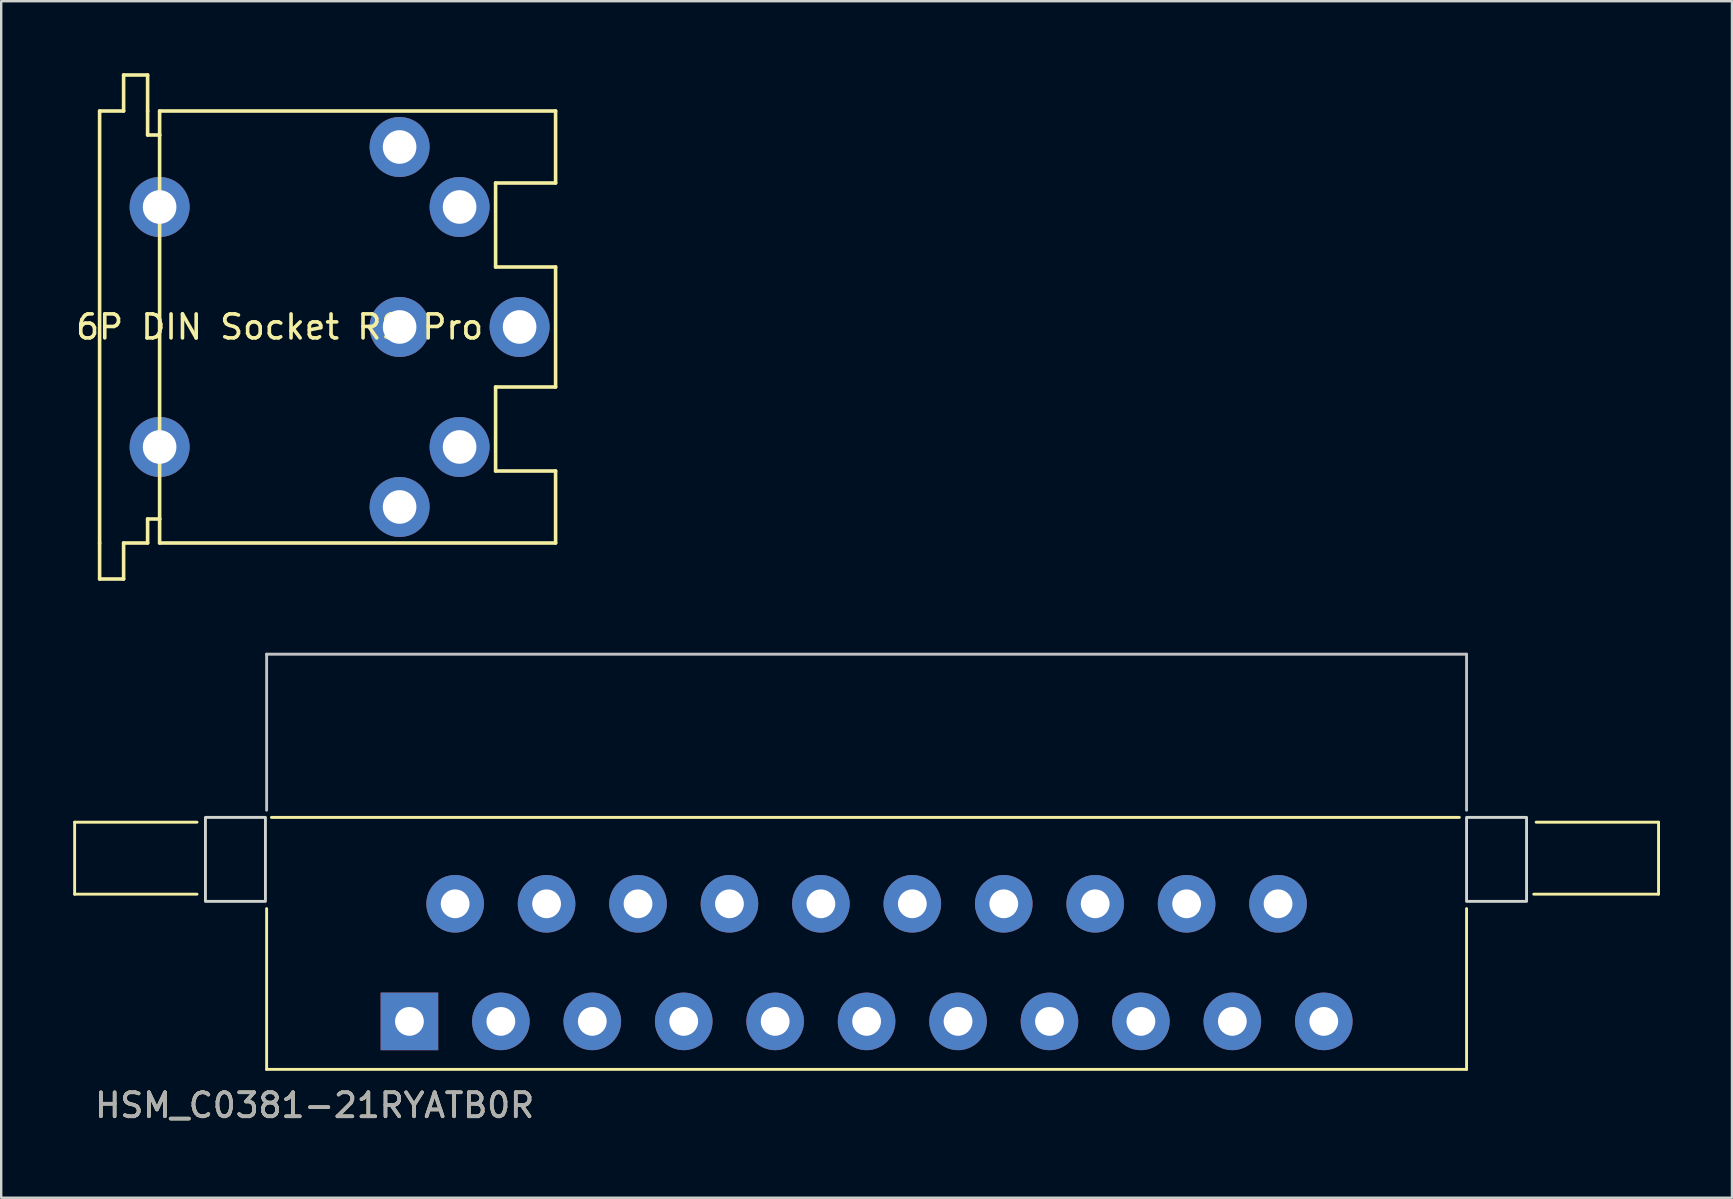
<source format=kicad_pcb>
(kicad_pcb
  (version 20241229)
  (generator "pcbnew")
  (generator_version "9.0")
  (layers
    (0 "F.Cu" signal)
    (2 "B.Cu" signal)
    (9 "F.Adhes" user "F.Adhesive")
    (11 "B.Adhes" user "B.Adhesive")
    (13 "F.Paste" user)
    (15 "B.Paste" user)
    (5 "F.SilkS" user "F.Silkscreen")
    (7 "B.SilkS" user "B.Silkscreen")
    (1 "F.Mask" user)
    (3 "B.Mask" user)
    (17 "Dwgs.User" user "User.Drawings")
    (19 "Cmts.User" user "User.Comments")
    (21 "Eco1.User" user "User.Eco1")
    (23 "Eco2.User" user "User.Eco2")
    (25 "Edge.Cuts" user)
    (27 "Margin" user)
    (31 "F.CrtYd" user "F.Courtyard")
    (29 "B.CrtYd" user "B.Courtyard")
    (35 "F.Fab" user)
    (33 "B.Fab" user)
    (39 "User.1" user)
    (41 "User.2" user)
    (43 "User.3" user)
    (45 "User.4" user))
  (footprint "6P DIN Socket RS Pro"
    (layer "F.Cu")
    (at 11.101 10.575)
    (property "Reference" "6P DIN Socket RS Pro" (at -2.5 0 0) (layer "F.SilkS") (effects (font (size 1 1) (thickness 0.15))))
    (attr through_hole)
    (fp_line (start -10 -9) (end -9 -9) (stroke (width 0.15) (type solid)) (layer "F.SilkS"))
    (fp_line (start -10 9) (end -10 -9) (stroke (width 0.15) (type solid)) (layer "F.SilkS"))
    (fp_line (start -10 9) (end -10 10.5) (stroke (width 0.15) (type solid)) (layer "F.SilkS"))
    (fp_line (start -10 10.5) (end -9 10.5) (stroke (width 0.15) (type solid)) (layer "F.SilkS"))
    (fp_line (start -9 -10.5) (end -8 -10.5) (stroke (width 0.15) (type solid)) (layer "F.SilkS"))
    (fp_line (start -9 -9) (end -9 -10.5) (stroke (width 0.15) (type solid)) (layer "F.SilkS"))
    (fp_line (start -9 9) (end -8 9) (stroke (width 0.15) (type solid)) (layer "F.SilkS"))
    (fp_line (start -9 10.5) (end -9 9) (stroke (width 0.15) (type solid)) (layer "F.SilkS"))
    (fp_line (start -8 -10.5) (end -8 -9) (stroke (width 0.15) (type solid)) (layer "F.SilkS"))
    (fp_line (start -8 -9) (end -8 -8) (stroke (width 0.15) (type solid)) (layer "F.SilkS"))
    (fp_line (start -8 -8) (end -7.5 -8) (stroke (width 0.15) (type solid)) (layer "F.SilkS"))
    (fp_line (start -8 8) (end -7.5 8) (stroke (width 0.15) (type solid)) (layer "F.SilkS"))
    (fp_line (start -8 9) (end -8 8) (stroke (width 0.15) (type solid)) (layer "F.SilkS"))
    (fp_line (start -7.5 -8) (end -7.5 -9) (stroke (width 0.15) (type solid)) (layer "F.SilkS"))
    (fp_line (start -7.5 8) (end -7.5 -8) (stroke (width 0.15) (type solid)) (layer "F.SilkS"))
    (fp_line (start -7.5 9) (end -7.5 8) (stroke (width 0.15) (type solid)) (layer "F.SilkS"))
    (fp_line (start 6.5 -6) (end 6.5 -2.5) (stroke (width 0.15) (type solid)) (layer "F.SilkS"))
    (fp_line (start 6.5 -2.5) (end 9 -2.5) (stroke (width 0.15) (type solid)) (layer "F.SilkS"))
    (fp_line (start 6.5 2.5) (end 6.5 6) (stroke (width 0.15) (type solid)) (layer "F.SilkS"))
    (fp_line (start 6.5 6) (end 9 6) (stroke (width 0.15) (type solid)) (layer "F.SilkS"))
    (fp_line (start 9 -9) (end -7.5 -9) (stroke (width 0.15) (type solid)) (layer "F.SilkS"))
    (fp_line (start 9 -6) (end 6.5 -6) (stroke (width 0.15) (type solid)) (layer "F.SilkS"))
    (fp_line (start 9 -6) (end 9 -9) (stroke (width 0.15) (type solid)) (layer "F.SilkS"))
    (fp_line (start 9 2.5) (end 6.5 2.5) (stroke (width 0.15) (type solid)) (layer "F.SilkS"))
    (fp_line (start 9 2.5) (end 9 -2.5) (stroke (width 0.15) (type solid)) (layer "F.SilkS"))
    (fp_line (start 9 9) (end -7.5 9) (stroke (width 0.15) (type solid)) (layer "F.SilkS"))
    (fp_line (start 9 9) (end 9 6) (stroke (width 0.15) (type solid)) (layer "F.SilkS"))
    (pad "1" thru_hole circle (at 2.5 7.5) (size 2.5 2.5) (drill 1.4) (layers "*.Cu" "*.Mask"))
    (pad "2" thru_hole circle (at 5 5) (size 2.5 2.5) (drill 1.4) (layers "*.Cu" "*.Mask"))
    (pad "3" thru_hole circle (at 2.5 0) (size 2.5 2.5) (drill 1.4) (layers "*.Cu" "*.Mask"))
    (pad "4" thru_hole circle (at 5 -5) (size 2.5 2.5) (drill 1.4) (layers "*.Cu" "*.Mask"))
    (pad "5" thru_hole circle (at 2.5 -7.5) (size 2.5 2.5) (drill 1.4) (layers "*.Cu" "*.Mask"))
    (pad "6" thru_hole circle (at 7.5 0) (size 2.5 2.5) (drill 1.4) (layers "*.Cu" "*.Mask"))
    (pad "7" thru_hole circle (at -7.5 5) (size 2.5 2.5) (drill 1.4) (layers "*.Cu" "*.Mask"))
    (pad "8" thru_hole circle (at -7.5 -5) (size 2.5 2.5) (drill 1.4) (layers "*.Cu" "*.Mask")))
  (footprint "HSM_C0381-21RYATB0R"
    (layer "F.Cu")
    (at 33.06 34.61)
    (property "Reference" "HSM_C0381-21RYATB0R" (at -23 8.4 0) (unlocked yes) (layer "F.SilkS") (effects (font (size 1 1) (thickness 0.15))))
    (attr through_hole)
    (fp_line (start -33 -3.4) (end -33 -0.4) (stroke (width 0.12) (type solid)) (layer "F.SilkS"))
    (fp_line (start -33 -0.4) (end -27.9 -0.4) (stroke (width 0.12) (type solid)) (layer "F.SilkS"))
    (fp_line (start -27.9 -3.4) (end -33 -3.4) (stroke (width 0.12) (type solid)) (layer "F.SilkS"))
    (fp_line (start -25 0.2) (end -25 6.9) (stroke (width 0.12) (type solid)) (layer "F.SilkS"))
    (fp_line (start -25 6.9) (end 25 6.9) (stroke (width 0.12) (type solid)) (layer "F.SilkS"))
    (fp_line (start 24.7 -3.6) (end -24.8 -3.6) (stroke (width 0.12) (type solid)) (layer "F.SilkS"))
    (fp_line (start 25 6.9) (end 25 0.2) (stroke (width 0.12) (type solid)) (layer "F.SilkS"))
    (fp_line (start 27.8 -0.4) (end 33 -0.4) (stroke (width 0.12) (type solid)) (layer "F.SilkS"))
    (fp_line (start 33 -3.4) (end 27.9 -3.4) (stroke (width 0.12) (type solid)) (layer "F.SilkS"))
    (fp_line (start 33 -0.4) (end 33 -3.4) (stroke (width 0.12) (type solid)) (layer "F.SilkS"))
    (fp_line (start -25 -10.4) (end -25 -3.9) (stroke (width 0.12) (type solid)) (layer "Dwgs.User"))
    (fp_line (start 25 -10.4) (end -25 -10.4) (stroke (width 0.12) (type solid)) (layer "Dwgs.User"))
    (fp_line (start 25 -3.9) (end 25 -10.4) (stroke (width 0.12) (type solid)) (layer "Dwgs.User"))
    (fp_rect (start -27.55 -3.6) (end -25.05 -0.1) (stroke (width 0.12) (type solid)) (fill no) (layer "Edge.Cuts"))
    (fp_rect (start 25 -3.6) (end 27.5 -0.1) (stroke (width 0.12) (type solid)) (fill no) (layer "Edge.Cuts"))
    (fp_text user "${REFERENCE}" (at -23 8.4 0) (unlocked yes) (layer "F.Fab") (effects (font (size 1 1) (thickness 0.15))))
    (pad "1" thru_hole rect (at -19.05 4.9) (size 2.4 2.4) (drill 1.2) (layers "*.Cu" "*.Mask"))
    (pad "2" thru_hole circle (at -17.145 0) (size 2.4 2.4) (drill 1.2) (layers "*.Cu" "*.Mask"))
    (pad "3" thru_hole circle (at -15.24 4.9) (size 2.4 2.4) (drill 1.2) (layers "*.Cu" "*.Mask"))
    (pad "4" thru_hole circle (at -13.335 0) (size 2.4 2.4) (drill 1.2) (layers "*.Cu" "*.Mask"))
    (pad "5" thru_hole circle (at -11.43 4.9) (size 2.4 2.4) (drill 1.2) (layers "*.Cu" "*.Mask"))
    (pad "6" thru_hole circle (at -9.525 0) (size 2.4 2.4) (drill 1.2) (layers "*.Cu" "*.Mask"))
    (pad "7" thru_hole circle (at -7.62 4.9) (size 2.4 2.4) (drill 1.2) (layers "*.Cu" "*.Mask"))
    (pad "8" thru_hole circle (at -5.715 0) (size 2.4 2.4) (drill 1.2) (layers "*.Cu" "*.Mask"))
    (pad "9" thru_hole circle (at -3.81 4.9) (size 2.4 2.4) (drill 1.2) (layers "*.Cu" "*.Mask"))
    (pad "10" thru_hole circle (at -1.905 0) (size 2.4 2.4) (drill 1.2) (layers "*.Cu" "*.Mask"))
    (pad "11" thru_hole circle (at 0 4.9) (size 2.4 2.4) (drill 1.2) (layers "*.Cu" "*.Mask"))
    (pad "12" thru_hole circle (at 1.905 0) (size 2.4 2.4) (drill 1.2) (layers "*.Cu" "*.Mask"))
    (pad "13" thru_hole circle (at 3.81 4.9) (size 2.4 2.4) (drill 1.2) (layers "*.Cu" "*.Mask"))
    (pad "14" thru_hole circle (at 5.715 0) (size 2.4 2.4) (drill 1.2) (layers "*.Cu" "*.Mask"))
    (pad "15" thru_hole circle (at 7.62 4.9) (size 2.4 2.4) (drill 1.2) (layers "*.Cu" "*.Mask"))
    (pad "16" thru_hole circle (at 9.525 0) (size 2.4 2.4) (drill 1.2) (layers "*.Cu" "*.Mask"))
    (pad "17" thru_hole circle (at 11.43 4.9) (size 2.4 2.4) (drill 1.2) (layers "*.Cu" "*.Mask"))
    (pad "18" thru_hole circle (at 13.335 0) (size 2.4 2.4) (drill 1.2) (layers "*.Cu" "*.Mask"))
    (pad "19" thru_hole circle (at 15.24 4.9) (size 2.4 2.4) (drill 1.2) (layers "*.Cu" "*.Mask"))
    (pad "20" thru_hole circle (at 17.145 0) (size 2.4 2.4) (drill 1.2) (layers "*.Cu" "*.Mask"))
    (pad "21" thru_hole circle (at 19.05 4.9) (size 2.4 2.4) (drill 1.2) (layers "*.Cu" "*.Mask")))
  (gr_rect
    (start -3 -3)
    (end 69.12 46.858)
    (stroke (width 0.1) (type default))
    (fill no)
    (layer "Edge.Cuts")))
</source>
